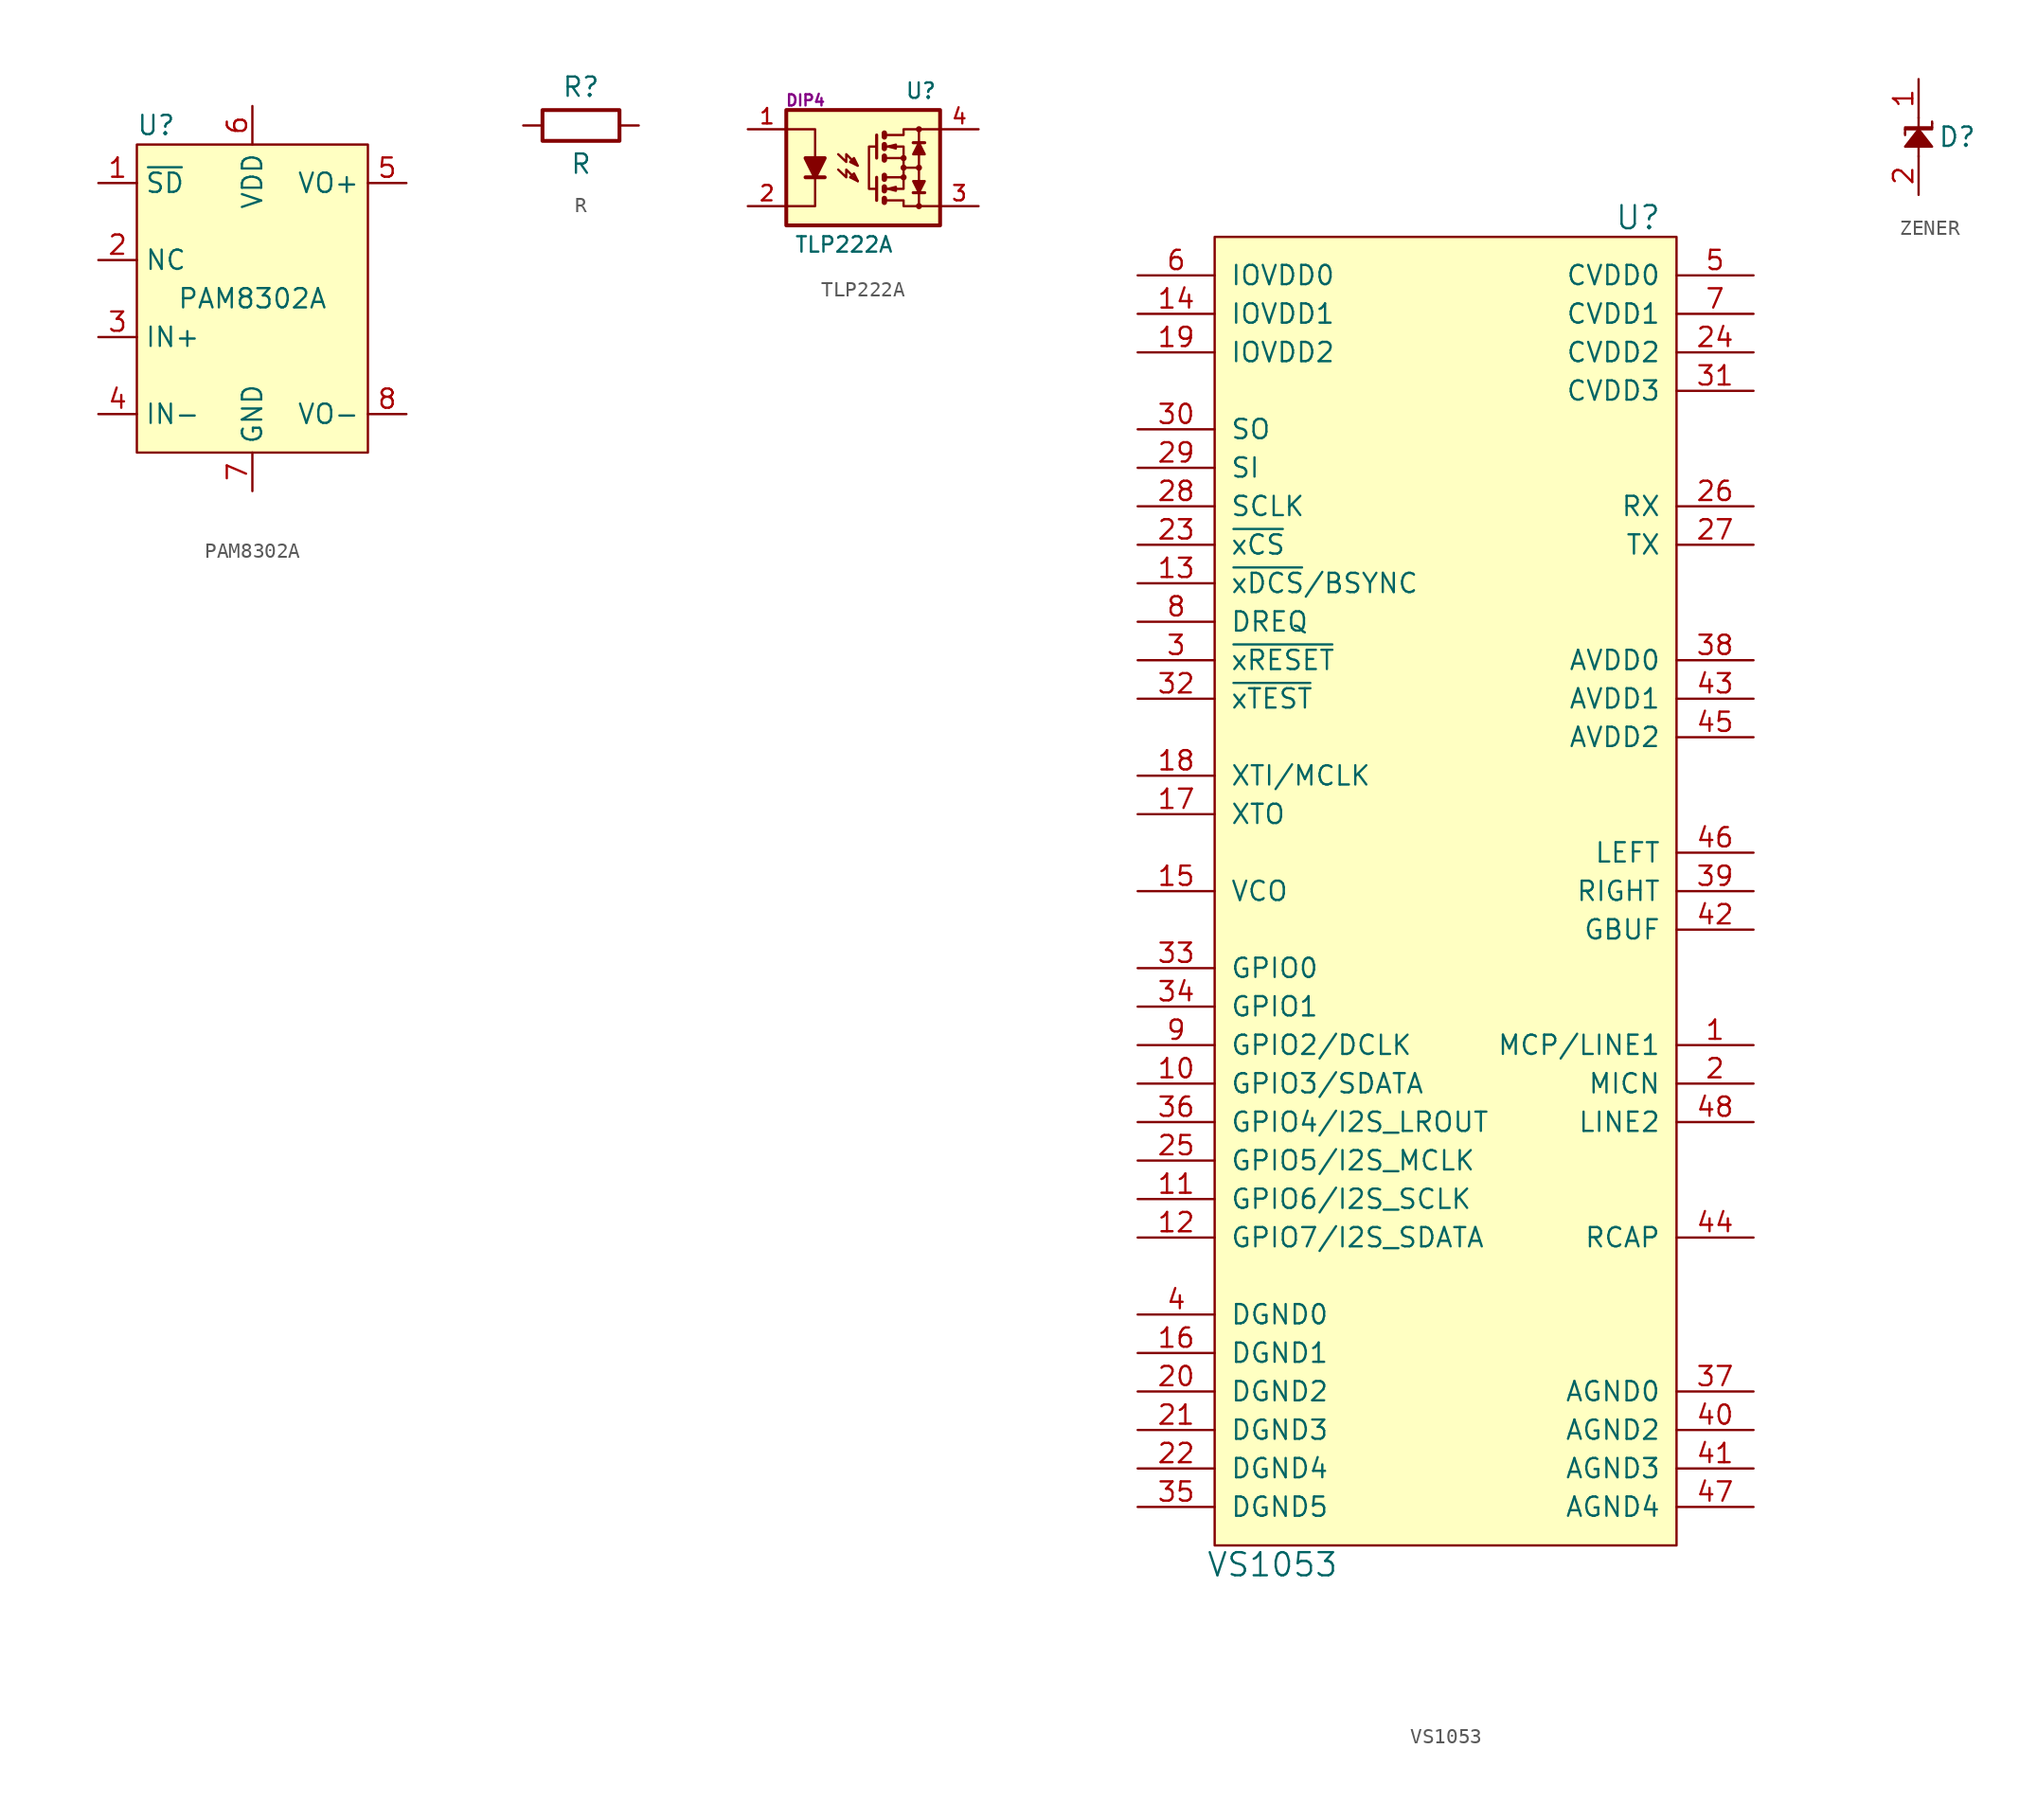
<source format=kicad_sym>
(kicad_symbol_lib
  (version 20220914)
  (generator kicad_symbol_editor)
  (symbol "PAM8302A"
    (property "Reference" "U"
      (at -6.35 11.43 0)
      (effects (font (size 1.27 1.27))))
    (property "Value" "PAM8302A"
      (at 0 0 0)
      (effects (font (size 1.27 1.27))))
    (symbol "PAM8302A_0_1"
      (rectangle (start -7.62 10.16) (end 7.62 -10.16) (stroke (width 0) (type default)) (fill (type background))))
    (symbol "PAM8302A_1_1"
      (pin input line (at -10.16 7.62 0) (length 2.54) (name "~{SD}" (effects (font (size 1.27 1.27)))) (number "1" (effects (font (size 1.27 1.27)))))
      (pin free line (at -10.16 2.54 0) (length 2.54) (name "NC" (effects (font (size 1.27 1.27)))) (number "2" (effects (font (size 1.27 1.27)))))
      (pin input line (at -10.16 -2.54 0) (length 2.54) (name "IN+" (effects (font (size 1.27 1.27)))) (number "3" (effects (font (size 1.27 1.27)))))
      (pin input line (at -10.16 -7.62 0) (length 2.54) (name "IN-" (effects (font (size 1.27 1.27)))) (number "4" (effects (font (size 1.27 1.27)))))
      (pin output line (at 10.16 7.62 180) (length 2.54) (name "VO+" (effects (font (size 1.27 1.27)))) (number "5" (effects (font (size 1.27 1.27)))))
      (pin power_in line (at 0 12.7 270) (length 2.54) (name "VDD" (effects (font (size 1.27 1.27)))) (number "6" (effects (font (size 1.27 1.27)))))
      (pin power_in line (at 0 -12.7 90) (length 2.54) (name "GND" (effects (font (size 1.27 1.27)))) (number "7" (effects (font (size 1.27 1.27)))))
      (pin output line (at 10.16 -7.62 180) (length 2.54) (name "VO-" (effects (font (size 1.27 1.27)))) (number "8" (effects (font (size 1.27 1.27)))))))
  (symbol "R"
    (pin_numbers hide)
    (pin_names
      (offset 0))
    (property "Reference" "R"
      (at 0 2.54 0)
      (effects (font (size 1.27 1.27))))
    (property "Value" "R"
      (at 0 -2.54 0)
      (effects (font (size 1.27 1.27))))
    (symbol "R_0_1"
      (rectangle (start 2.54 -1.016) (end -2.54 1.016) (stroke (width 0.254) (type default)) (fill (type none))))
    (symbol "R_1_1"
      (pin passive line (at -3.81 0 0) (length 1.27) (name "~" (effects (font (size 1.27 1.27)))) (number "1" (effects (font (size 1.27 1.27)))))
      (pin passive line (at 3.81 0 180) (length 1.27) (name "~" (effects (font (size 1.27 1.27)))) (number "2" (effects (font (size 1.27 1.27)))))))
  (symbol "TLP222A"
    (pin_names
      (offset 1.016))
    (property "Reference" "U"
      (at 3.81 5.08 0)
      (effects (font (size 1.016 1.016))))
    (property "Value" "TLP222A"
      (at -1.27 -5.08 0)
      (effects (font (size 1.016 1.016))))
    (property "Footprint" "DIP4"
      (at -3.81 4.445 0)
      (effects (font (size 0.737 0.737))))
    (property "Datasheet" ""
      (at -1.016 0.127 0)
      (effects (font (size 1.524 1.524))))
    (symbol "TLP222A_0_1"
      (rectangle (start -5.08 3.81) (end 5.08 -3.81) (stroke (width 0.254) (type default)) (fill (type background)))
      (polyline (pts (xy -3.81 -0.635) (xy -2.54 -0.635)) (stroke (width 0.254) (type default)) (fill (type none)))
      (polyline (pts (xy 0.889 -0.635) (xy 0.889 -2.159)) (stroke (width 0.203) (type default)) (fill (type none)))
      (polyline (pts (xy 0.889 2.159) (xy 0.889 0.635)) (stroke (width 0.203) (type default)) (fill (type none)))
      (polyline (pts (xy 1.397 -0.508) (xy 1.397 -0.762)) (stroke (width 0.356) (type default)) (fill (type none)))
      (polyline (pts (xy 2.667 0) (xy 3.683 0)) (stroke (width 0) (type default)) (fill (type none)))
      (polyline (pts (xy 3.302 -1.651) (xy 4.064 -1.651)) (stroke (width 0.203) (type default)) (fill (type none)))
      (polyline (pts (xy 3.302 1.651) (xy 4.064 1.651)) (stroke (width 0.203) (type default)) (fill (type none)))
      (polyline (pts (xy 3.683 0) (xy 3.683 -2.54)) (stroke (width 0) (type default)) (fill (type none)))
      (polyline (pts (xy 3.683 0) (xy 3.683 2.54)) (stroke (width 0) (type default)) (fill (type none)))
      (polyline (pts (xy -5.08 2.54) (xy -3.175 2.54) (xy -3.175 0.635)) (stroke (width 0) (type default)) (fill (type none)))
      (polyline (pts (xy -3.175 -0.635) (xy -3.175 -2.54) (xy -5.08 -2.54)) (stroke (width 0) (type default)) (fill (type none)))
      (polyline (pts (xy 1.397 -2.032) (xy 1.397 -2.286) (xy 1.397 -2.286)) (stroke (width 0.356) (type default)) (fill (type none)))
      (polyline (pts (xy 1.397 -1.27) (xy 1.397 -1.524) (xy 1.397 -1.524)) (stroke (width 0.356) (type default)) (fill (type none)))
      (polyline (pts (xy 1.397 0.762) (xy 1.397 0.508) (xy 1.397 0.508)) (stroke (width 0.356) (type default)) (fill (type none)))
      (polyline (pts (xy 1.397 1.524) (xy 1.397 1.27) (xy 1.397 1.27)) (stroke (width 0.356) (type default)) (fill (type none)))
      (polyline (pts (xy 1.397 2.286) (xy 1.397 2.032) (xy 1.397 2.032)) (stroke (width 0.356) (type default)) (fill (type none)))
      (polyline (pts (xy 1.524 -1.397) (xy 2.667 -1.397) (xy 2.667 -0.635)) (stroke (width 0) (type default)) (fill (type none)))
      (polyline (pts (xy 1.524 1.397) (xy 2.667 1.397) (xy 2.667 0.635)) (stroke (width 0) (type default)) (fill (type none)))
      (polyline (pts (xy -3.175 -0.635) (xy -3.81 0.635) (xy -2.54 0.635) (xy -3.175 -0.635)) (stroke (width 0.254) (type default)) (fill (type outline)))
      (polyline (pts (xy -1.651 -0.127) (xy -1.118 -0.635) (xy -1.118 -0.127) (xy -0.356 -0.889)) (stroke (width 0) (type default)) (fill (type none)))
      (polyline (pts (xy -0.356 -0.889) (xy -0.864 -0.635) (xy -0.61 -0.381) (xy -0.356 -0.889)) (stroke (width 0) (type default)) (fill (type none)))
      (polyline (pts (xy 0.889 -1.397) (xy 0.381 -1.397) (xy 0.381 1.397) (xy 0.889 1.397)) (stroke (width 0) (type default)) (fill (type none)))
      (polyline (pts (xy 1.524 -2.159) (xy 2.667 -2.159) (xy 2.667 -2.54) (xy 4.953 -2.54)) (stroke (width 0) (type default)) (fill (type none)))
      (polyline (pts (xy 1.524 -0.635) (xy 2.667 -0.635) (xy 2.667 0.635) (xy 1.524 0.635)) (stroke (width 0) (type default)) (fill (type none)))
      (polyline (pts (xy 1.524 2.159) (xy 2.667 2.159) (xy 2.667 2.54) (xy 4.953 2.54)) (stroke (width 0) (type default)) (fill (type none)))
      (polyline (pts (xy 1.651 -1.397) (xy 2.159 -1.27) (xy 2.159 -1.524) (xy 1.651 -1.397)) (stroke (width 0) (type default)) (fill (type none)))
      (polyline (pts (xy 1.651 1.397) (xy 2.159 1.524) (xy 2.159 1.27) (xy 1.651 1.397)) (stroke (width 0) (type default)) (fill (type none)))
      (polyline (pts (xy 3.683 -1.651) (xy 3.302 -0.889) (xy 4.064 -0.889) (xy 3.683 -1.651)) (stroke (width 0) (type default)) (fill (type outline)))
      (polyline (pts (xy 3.683 1.651) (xy 3.302 0.889) (xy 4.064 0.889) (xy 3.683 1.651)) (stroke (width 0) (type default)) (fill (type outline)))
      (polyline (pts (xy -1.651 0.889) (xy -1.118 0.381) (xy -1.118 0.889) (xy -0.356 0.127) (xy -0.864 0.381) (xy -0.61 0.635) (xy -0.356 0.127)) (stroke (width 0) (type default)) (fill (type none)))
      (circle (center 2.667 -0.635) (radius 0.127) (stroke (width 0) (type default)) (fill (type none)))
      (circle (center 2.667 0) (radius 0.127) (stroke (width 0) (type default)) (fill (type none)))
      (circle (center 2.667 0.635) (radius 0.127) (stroke (width 0) (type default)) (fill (type none)))
      (circle (center 3.683 -2.54) (radius 0.127) (stroke (width 0) (type default)) (fill (type none)))
      (circle (center 3.683 0) (radius 0.127) (stroke (width 0) (type default)) (fill (type none)))
      (circle (center 3.683 2.54) (radius 0.127) (stroke (width 0) (type default)) (fill (type none))))
    (symbol "TLP222A_1_1"
      (pin passive line (at -7.62 2.54 0) (length 2.54) (name "~" (effects (font (size 1.016 1.016)))) (number "1" (effects (font (size 1.016 1.016)))))
      (pin passive line (at -7.62 -2.54 0) (length 2.54) (name "~" (effects (font (size 1.016 1.016)))) (number "2" (effects (font (size 1.016 1.016)))))
      (pin passive line (at 7.62 -2.54 180) (length 2.54) (name "~" (effects (font (size 1.016 1.016)))) (number "3" (effects (font (size 1.016 1.016)))))
      (pin passive line (at 7.62 2.54 180) (length 2.54) (name "~" (effects (font (size 1.016 1.016)))) (number "4" (effects (font (size 1.016 1.016)))))))
  (symbol "VS1053"
    (pin_names
      (offset 1.016))
    (property "Reference" "U"
      (at 12.7 44.45 0)
      (effects (font (size 1.524 1.524))))
    (property "Value" "VS1053"
      (at -11.43 -44.45 0)
      (effects (font (size 1.524 1.524))))
    (property "Footprint" ""
      (at 0 -1.27 0)
      (effects (font (size 1.524 1.524))))
    (property "Datasheet" ""
      (at 0 -1.27 0)
      (effects (font (size 1.524 1.524))))
    (symbol "VS1053_0_1"
      (rectangle (start -15.24 43.18) (end 15.24 -43.18) (stroke (width 0) (type default)) (fill (type background))))
    (symbol "VS1053_1_1"
      (pin input line (at 20.32 -10.16 180) (length 5.08) (name "MCP/LINE1" (effects (font (size 1.27 1.27)))) (number "1" (effects (font (size 1.27 1.27)))))
      (pin bidirectional line (at -20.32 -12.7 0) (length 5.08) (name "GPIO3/SDATA" (effects (font (size 1.27 1.27)))) (number "10" (effects (font (size 1.27 1.27)))))
      (pin bidirectional line (at -20.32 -20.32 0) (length 5.08) (name "GPIO6/I2S_SCLK" (effects (font (size 1.27 1.27)))) (number "11" (effects (font (size 1.27 1.27)))))
      (pin bidirectional line (at -20.32 -22.86 0) (length 5.08) (name "GPIO7/I2S_SDATA" (effects (font (size 1.27 1.27)))) (number "12" (effects (font (size 1.27 1.27)))))
      (pin input line (at -20.32 20.32 0) (length 5.08) (name "~{xDCS}/BSYNC" (effects (font (size 1.27 1.27)))) (number "13" (effects (font (size 1.27 1.27)))))
      (pin power_in line (at -20.32 38.1 0) (length 5.08) (name "IOVDD1" (effects (font (size 1.27 1.27)))) (number "14" (effects (font (size 1.27 1.27)))))
      (pin input line (at -20.32 0 0) (length 5.08) (name "VCO" (effects (font (size 1.27 1.27)))) (number "15" (effects (font (size 1.27 1.27)))))
      (pin power_in line (at -20.32 -30.48 0) (length 5.08) (name "DGND1" (effects (font (size 1.27 1.27)))) (number "16" (effects (font (size 1.27 1.27)))))
      (pin output line (at -20.32 5.08 0) (length 5.08) (name "XTO" (effects (font (size 1.27 1.27)))) (number "17" (effects (font (size 1.27 1.27)))))
      (pin input line (at -20.32 7.62 0) (length 5.08) (name "XTI/MCLK" (effects (font (size 1.27 1.27)))) (number "18" (effects (font (size 1.27 1.27)))))
      (pin power_in line (at -20.32 35.56 0) (length 5.08) (name "IOVDD2" (effects (font (size 1.27 1.27)))) (number "19" (effects (font (size 1.27 1.27)))))
      (pin input line (at 20.32 -12.7 180) (length 5.08) (name "MICN" (effects (font (size 1.27 1.27)))) (number "2" (effects (font (size 1.27 1.27)))))
      (pin power_in line (at -20.32 -33.02 0) (length 5.08) (name "DGND2" (effects (font (size 1.27 1.27)))) (number "20" (effects (font (size 1.27 1.27)))))
      (pin power_in line (at -20.32 -35.56 0) (length 5.08) (name "DGND3" (effects (font (size 1.27 1.27)))) (number "21" (effects (font (size 1.27 1.27)))))
      (pin power_in line (at -20.32 -38.1 0) (length 5.08) (name "DGND4" (effects (font (size 1.27 1.27)))) (number "22" (effects (font (size 1.27 1.27)))))
      (pin input line (at -20.32 22.86 0) (length 5.08) (name "~{xCS}" (effects (font (size 1.27 1.27)))) (number "23" (effects (font (size 1.27 1.27)))))
      (pin power_in line (at 20.32 35.56 180) (length 5.08) (name "CVDD2" (effects (font (size 1.27 1.27)))) (number "24" (effects (font (size 1.27 1.27)))))
      (pin bidirectional line (at -20.32 -17.78 0) (length 5.08) (name "GPIO5/I2S_MCLK" (effects (font (size 1.27 1.27)))) (number "25" (effects (font (size 1.27 1.27)))))
      (pin input line (at 20.32 25.4 180) (length 5.08) (name "RX" (effects (font (size 1.27 1.27)))) (number "26" (effects (font (size 1.27 1.27)))))
      (pin output line (at 20.32 22.86 180) (length 5.08) (name "TX" (effects (font (size 1.27 1.27)))) (number "27" (effects (font (size 1.27 1.27)))))
      (pin input line (at -20.32 25.4 0) (length 5.08) (name "SCLK" (effects (font (size 1.27 1.27)))) (number "28" (effects (font (size 1.27 1.27)))))
      (pin input line (at -20.32 27.94 0) (length 5.08) (name "SI" (effects (font (size 1.27 1.27)))) (number "29" (effects (font (size 1.27 1.27)))))
      (pin output line (at -20.32 15.24 0) (length 5.08) (name "~{xRESET}" (effects (font (size 1.27 1.27)))) (number "3" (effects (font (size 1.27 1.27)))))
      (pin output line (at -20.32 30.48 0) (length 5.08) (name "SO" (effects (font (size 1.27 1.27)))) (number "30" (effects (font (size 1.27 1.27)))))
      (pin power_in line (at 20.32 33.02 180) (length 5.08) (name "CVDD3" (effects (font (size 1.27 1.27)))) (number "31" (effects (font (size 1.27 1.27)))))
      (pin output line (at -20.32 12.7 0) (length 5.08) (name "~{xTEST}" (effects (font (size 1.27 1.27)))) (number "32" (effects (font (size 1.27 1.27)))))
      (pin bidirectional line (at -20.32 -5.08 0) (length 5.08) (name "GPIO0" (effects (font (size 1.27 1.27)))) (number "33" (effects (font (size 1.27 1.27)))))
      (pin bidirectional line (at -20.32 -7.62 0) (length 5.08) (name "GPIO1" (effects (font (size 1.27 1.27)))) (number "34" (effects (font (size 1.27 1.27)))))
      (pin power_in line (at -20.32 -40.64 0) (length 5.08) (name "DGND5" (effects (font (size 1.27 1.27)))) (number "35" (effects (font (size 1.27 1.27)))))
      (pin bidirectional line (at -20.32 -15.24 0) (length 5.08) (name "GPIO4/I2S_LROUT" (effects (font (size 1.27 1.27)))) (number "36" (effects (font (size 1.27 1.27)))))
      (pin power_in line (at 20.32 -33.02 180) (length 5.08) (name "AGND0" (effects (font (size 1.27 1.27)))) (number "37" (effects (font (size 1.27 1.27)))))
      (pin power_in line (at 20.32 15.24 180) (length 5.08) (name "AVDD0" (effects (font (size 1.27 1.27)))) (number "38" (effects (font (size 1.27 1.27)))))
      (pin output line (at 20.32 0 180) (length 5.08) (name "RIGHT" (effects (font (size 1.27 1.27)))) (number "39" (effects (font (size 1.27 1.27)))))
      (pin power_in line (at -20.32 -27.94 0) (length 5.08) (name "DGND0" (effects (font (size 1.27 1.27)))) (number "4" (effects (font (size 1.27 1.27)))))
      (pin power_in line (at 20.32 -35.56 180) (length 5.08) (name "AGND2" (effects (font (size 1.27 1.27)))) (number "40" (effects (font (size 1.27 1.27)))))
      (pin power_in line (at 20.32 -38.1 180) (length 5.08) (name "AGND3" (effects (font (size 1.27 1.27)))) (number "41" (effects (font (size 1.27 1.27)))))
      (pin output line (at 20.32 -2.54 180) (length 5.08) (name "GBUF" (effects (font (size 1.27 1.27)))) (number "42" (effects (font (size 1.27 1.27)))))
      (pin power_in line (at 20.32 12.7 180) (length 5.08) (name "AVDD1" (effects (font (size 1.27 1.27)))) (number "43" (effects (font (size 1.27 1.27)))))
      (pin passive line (at 20.32 -22.86 180) (length 5.08) (name "RCAP" (effects (font (size 1.27 1.27)))) (number "44" (effects (font (size 1.27 1.27)))))
      (pin power_in line (at 20.32 10.16 180) (length 5.08) (name "AVDD2" (effects (font (size 1.27 1.27)))) (number "45" (effects (font (size 1.27 1.27)))))
      (pin output line (at 20.32 2.54 180) (length 5.08) (name "LEFT" (effects (font (size 1.27 1.27)))) (number "46" (effects (font (size 1.27 1.27)))))
      (pin power_in line (at 20.32 -40.64 180) (length 5.08) (name "AGND4" (effects (font (size 1.27 1.27)))) (number "47" (effects (font (size 1.27 1.27)))))
      (pin input line (at 20.32 -15.24 180) (length 5.08) (name "LINE2" (effects (font (size 1.27 1.27)))) (number "48" (effects (font (size 1.27 1.27)))))
      (pin power_in line (at 20.32 40.64 180) (length 5.08) (name "CVDD0" (effects (font (size 1.27 1.27)))) (number "5" (effects (font (size 1.27 1.27)))))
      (pin power_in line (at -20.32 40.64 0) (length 5.08) (name "IOVDD0" (effects (font (size 1.27 1.27)))) (number "6" (effects (font (size 1.27 1.27)))))
      (pin power_in line (at 20.32 38.1 180) (length 5.08) (name "CVDD1" (effects (font (size 1.27 1.27)))) (number "7" (effects (font (size 1.27 1.27)))))
      (pin output line (at -20.32 17.78 0) (length 5.08) (name "DREQ" (effects (font (size 1.27 1.27)))) (number "8" (effects (font (size 1.27 1.27)))))
      (pin bidirectional line (at -20.32 -10.16 0) (length 5.08) (name "GPIO2/DCLK" (effects (font (size 1.27 1.27)))) (number "9" (effects (font (size 1.27 1.27)))))))
  (symbol "ZENER"
    (property "Reference" "D"
      (at 2.54 0 0)
      (effects (font (size 1.27 1.27))))
    (property "Value" ""
      (at 0 0 0)
      (effects (font (size 1.27 1.27))))
    (symbol "ZENER_0_1"
      (rectangle (start -0.889 0.635) (end 0.889 0.508) (stroke (width 0) (type default)) (fill (type none)))
      (polyline (pts (xy -0.889 0.127) (xy -0.889 0.254)) (stroke (width 0) (type default)) (fill (type none)))
      (polyline (pts (xy -0.889 0.508) (xy -0.889 0.254)) (stroke (width 0) (type default)) (fill (type none)))
      (polyline (pts (xy 0 -1.27) (xy 0 -0.635)) (stroke (width 0) (type default)) (fill (type none)))
      (polyline (pts (xy 0 1.27) (xy 0 0.635)) (stroke (width 0) (type default)) (fill (type none)))
      (polyline (pts (xy 0.889 0.635) (xy 0.889 0.889)) (stroke (width 0) (type default)) (fill (type none)))
      (polyline (pts (xy 0.889 1.016) (xy 0.889 0.889)) (stroke (width 0) (type default)) (fill (type none)))
      (polyline (pts (xy 0 0.508) (xy -0.889 -0.635) (xy 0.889 -0.635) (xy 0 0.508)) (stroke (width 0) (type default)) (fill (type outline))))
    (symbol "ZENER_1_1"
      (pin passive line (at 0 3.81 270) (length 2.54) (name "~" (effects (font (size 1.27 1.27)))) (number "1" (effects (font (size 1.27 1.27)))))
      (pin passive line (at 0 -3.81 90) (length 2.54) (name "~" (effects (font (size 1.27 1.27)))) (number "2" (effects (font (size 1.27 1.27))))))))
</source>
